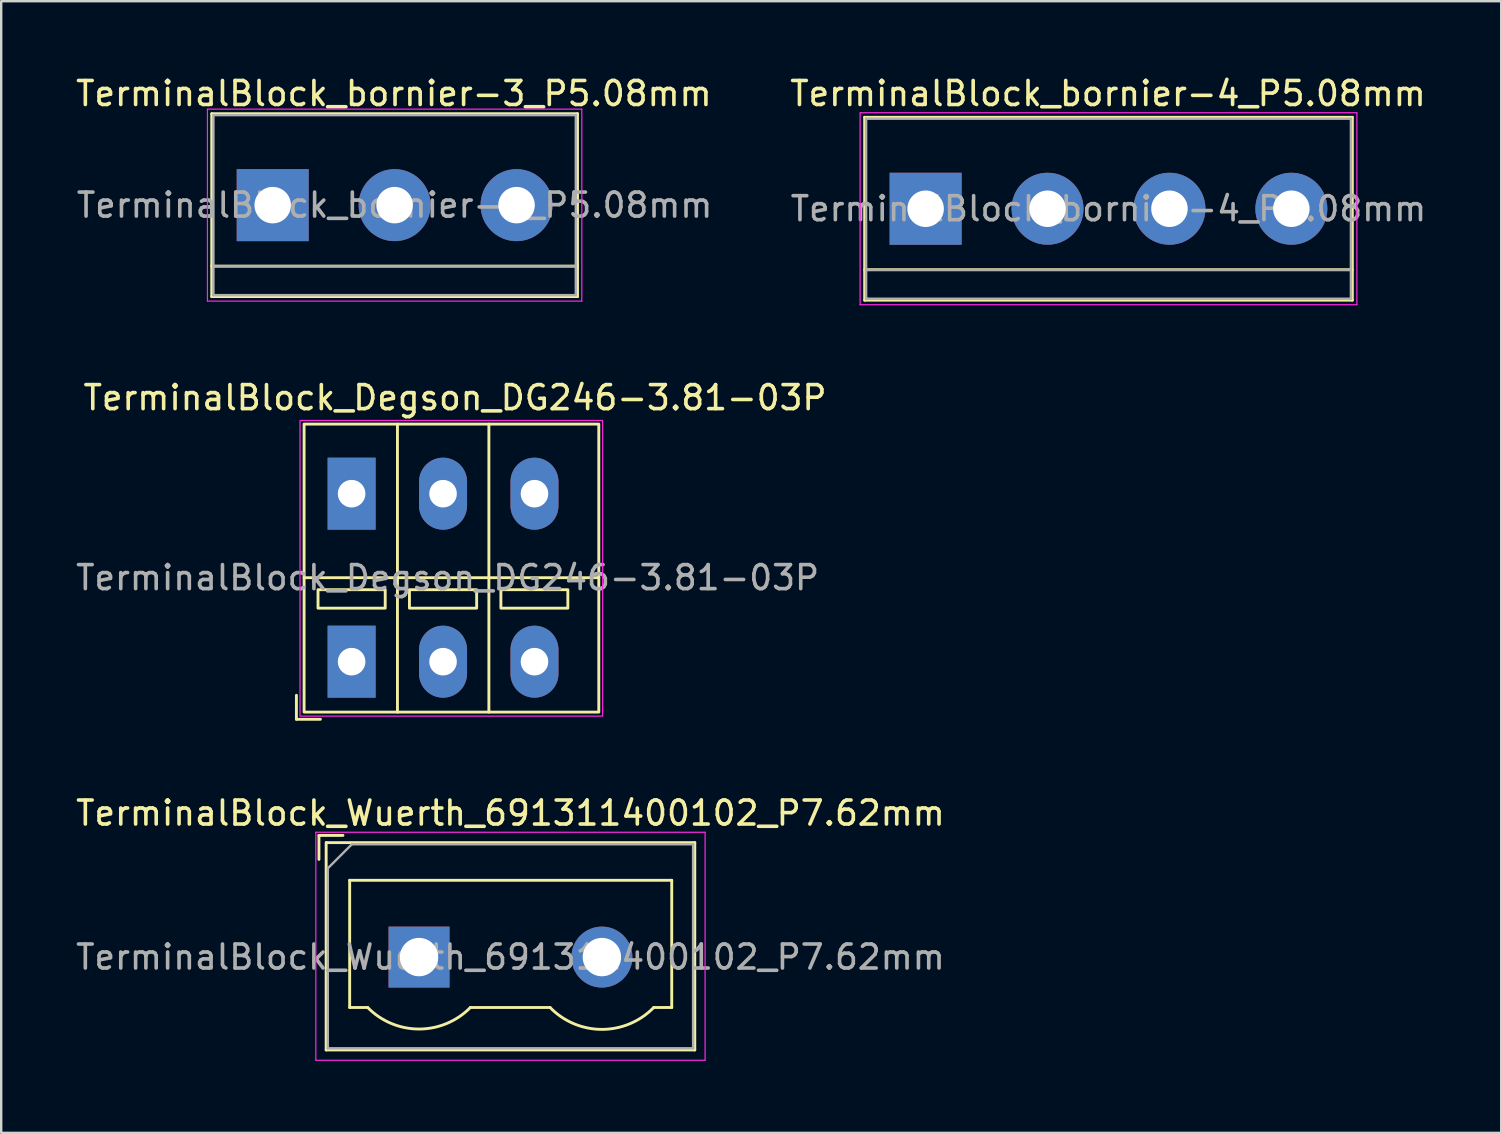
<source format=kicad_pcb>
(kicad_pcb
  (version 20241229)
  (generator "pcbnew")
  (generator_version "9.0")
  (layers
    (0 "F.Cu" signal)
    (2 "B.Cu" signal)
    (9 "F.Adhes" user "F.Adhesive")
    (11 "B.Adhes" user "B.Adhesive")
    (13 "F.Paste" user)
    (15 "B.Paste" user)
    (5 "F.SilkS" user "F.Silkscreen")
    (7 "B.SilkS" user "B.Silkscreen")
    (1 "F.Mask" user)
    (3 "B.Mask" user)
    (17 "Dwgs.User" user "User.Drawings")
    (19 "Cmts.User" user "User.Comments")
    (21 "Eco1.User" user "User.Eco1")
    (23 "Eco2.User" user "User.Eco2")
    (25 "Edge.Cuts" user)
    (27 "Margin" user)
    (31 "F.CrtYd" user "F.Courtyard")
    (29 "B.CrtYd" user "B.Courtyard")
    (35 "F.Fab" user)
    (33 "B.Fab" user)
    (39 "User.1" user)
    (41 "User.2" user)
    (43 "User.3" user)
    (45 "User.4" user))
  (footprint "TerminalBlock_Degson_DG246-3.81-03P"
    (layer "F.Cu")
    (at 11.601 17.521)
    (property "Reference" "TerminalBlock_Degson_DG246-3.81-03P" (at 4.31 -4 0) (layer "F.SilkS") (effects (font (size 1 1) (thickness 0.15))))
    (attr through_hole)
    (fp_line (start -2.3 8.4) (end -2.3 9.4) (stroke (width 0.12) (type solid)) (layer "F.SilkS"))
    (fp_line (start -2.3 9.4) (end -1.3 9.4) (stroke (width 0.12) (type solid)) (layer "F.SilkS"))
    (fp_line (start -1.98 3.5) (end 10.3 3.5) (stroke (width 0.12) (type default)) (layer "F.SilkS"))
    (fp_line (start 1.91 -2.9) (end 1.91 9.1) (stroke (width 0.12) (type solid)) (layer "F.SilkS"))
    (fp_line (start 5.72 -2.9) (end 5.72 9.1) (stroke (width 0.12) (type solid)) (layer "F.SilkS"))
    (fp_rect (start -1.98 -2.9) (end 10.3 9.1) (stroke (width 0.12) (type default)) (fill no) (layer "F.SilkS"))
    (fp_rect (start -1.4 4) (end 1.4 4.77) (stroke (width 0.12) (type default)) (fill no) (layer "F.SilkS"))
    (fp_rect (start 2.41 4) (end 5.21 4.77) (stroke (width 0.12) (type default)) (fill no) (layer "F.SilkS"))
    (fp_rect (start 6.22 4) (end 9.01 4.77) (stroke (width 0.12) (type default)) (fill no) (layer "F.SilkS"))
    (fp_rect (start -2.15 -3.05) (end 10.46 9.27) (stroke (width 0.05) (type default)) (fill no) (layer "F.CrtYd"))
    (fp_text user "${REFERENCE}" (at 4 3.5 0) (layer "F.Fab") (effects (font (size 1 1) (thickness 0.15))))
    (pad "1" thru_hole rect (at 0 0) (size 2 3) (drill 1.15) (layers "*.Cu" "*.Mask"))
    (pad "1" thru_hole rect (at 0 7) (size 2 3) (drill 1.15) (layers "*.Cu" "*.Mask"))
    (pad "2" thru_hole oval (at 3.81 0) (size 2 3) (drill 1.15) (layers "*.Cu" "*.Mask"))
    (pad "2" thru_hole oval (at 3.81 7) (size 2 3) (drill 1.15) (layers "*.Cu" "*.Mask"))
    (pad "3" thru_hole oval (at 7.62 0) (size 2 3) (drill 1.15) (layers "*.Cu" "*.Mask"))
    (pad "3" thru_hole oval (at 7.62 7) (size 2 3) (drill 1.15) (layers "*.Cu" "*.Mask")))
  (footprint "TerminalBlock_bornier-4_P5.08mm"
    (layer "F.Cu")
    (at 35.519 5.648)
    (property "Reference" "TerminalBlock_bornier-4_P5.08mm" (at 7.6 -4.8 0) (layer "F.SilkS") (effects (font (size 1 1) (thickness 0.15))))
    (attr through_hole)
    (fp_line (start -2.54 -3.81) (end -2.54 3.81) (stroke (width 0.12) (type solid)) (layer "F.SilkS"))
    (fp_line (start -2.54 -3.81) (end 17.78 -3.81) (stroke (width 0.12) (type solid)) (layer "F.SilkS"))
    (fp_line (start -2.54 3.81) (end 17.78 3.81) (stroke (width 0.12) (type solid)) (layer "F.SilkS"))
    (fp_line (start 17.78 2.54) (end -2.54 2.54) (stroke (width 0.12) (type solid)) (layer "F.SilkS"))
    (fp_line (start 17.78 3.81) (end 17.78 -3.81) (stroke (width 0.12) (type solid)) (layer "F.SilkS"))
    (fp_line (start -2.73 -4) (end -2.73 4) (stroke (width 0.05) (type solid)) (layer "F.CrtYd"))
    (fp_line (start -2.73 -4) (end 17.97 -4) (stroke (width 0.05) (type solid)) (layer "F.CrtYd"))
    (fp_line (start 17.97 4) (end -2.73 4) (stroke (width 0.05) (type solid)) (layer "F.CrtYd"))
    (fp_line (start 17.97 4) (end 17.97 -4) (stroke (width 0.05) (type solid)) (layer "F.CrtYd"))
    (fp_line (start -2.48 -3.75) (end 17.72 -3.75) (stroke (width 0.1) (type solid)) (layer "F.Fab"))
    (fp_line (start -2.48 2.55) (end 17.72 2.55) (stroke (width 0.1) (type solid)) (layer "F.Fab"))
    (fp_line (start -2.48 3.75) (end -2.48 -3.75) (stroke (width 0.1) (type solid)) (layer "F.Fab"))
    (fp_line (start -2.43 3.75) (end -2.48 3.75) (stroke (width 0.1) (type solid)) (layer "F.Fab"))
    (fp_line (start 17.72 -3.75) (end 17.72 3.75) (stroke (width 0.1) (type solid)) (layer "F.Fab"))
    (fp_line (start 17.72 3.75) (end -2.43 3.75) (stroke (width 0.1) (type solid)) (layer "F.Fab"))
    (fp_text user "${REFERENCE}" (at 7.62 0 0) (layer "F.Fab") (effects (font (size 1 1) (thickness 0.15))))
    (pad "1" thru_hole rect (at 0 0) (size 3 3) (drill 1.52) (layers "*.Cu" "*.Mask"))
    (pad "2" thru_hole circle (at 5.08 0) (size 3 3) (drill 1.52) (layers "*.Cu" "*.Mask"))
    (pad "3" thru_hole circle (at 10.16 0) (size 3 3) (drill 1.52) (layers "*.Cu" "*.Mask"))
    (pad "4" thru_hole circle (at 15.24 0) (size 3 3) (drill 1.52) (layers "*.Cu" "*.Mask")))
  (footprint "TerminalBlock_bornier-3_P5.08mm"
    (layer "F.Cu")
    (at 8.313 5.498)
    (property "Reference" "TerminalBlock_bornier-3_P5.08mm" (at 5.05 -4.65 0) (layer "F.SilkS") (effects (font (size 1 1) (thickness 0.15))))
    (attr through_hole)
    (fp_line (start -2.54 -3.81) (end 12.7 -3.81) (stroke (width 0.12) (type solid)) (layer "F.SilkS"))
    (fp_line (start -2.54 2.54) (end 12.7 2.54) (stroke (width 0.12) (type solid)) (layer "F.SilkS"))
    (fp_line (start -2.54 3.81) (end -2.54 -3.81) (stroke (width 0.12) (type solid)) (layer "F.SilkS"))
    (fp_line (start -2.54 3.81) (end 12.7 3.81) (stroke (width 0.12) (type solid)) (layer "F.SilkS"))
    (fp_line (start 12.7 3.81) (end 12.7 -3.81) (stroke (width 0.12) (type solid)) (layer "F.SilkS"))
    (fp_line (start -2.72 -4) (end -2.72 4) (stroke (width 0.05) (type solid)) (layer "F.CrtYd"))
    (fp_line (start -2.72 -4) (end 12.88 -4) (stroke (width 0.05) (type solid)) (layer "F.CrtYd"))
    (fp_line (start 12.88 4) (end -2.72 4) (stroke (width 0.05) (type solid)) (layer "F.CrtYd"))
    (fp_line (start 12.88 4) (end 12.88 -4) (stroke (width 0.05) (type solid)) (layer "F.CrtYd"))
    (fp_line (start -2.47 -3.75) (end 12.63 -3.75) (stroke (width 0.1) (type solid)) (layer "F.Fab"))
    (fp_line (start -2.47 2.55) (end 12.63 2.55) (stroke (width 0.1) (type solid)) (layer "F.Fab"))
    (fp_line (start -2.47 3.75) (end -2.47 -3.75) (stroke (width 0.1) (type solid)) (layer "F.Fab"))
    (fp_line (start 12.63 -3.75) (end 12.63 3.75) (stroke (width 0.1) (type solid)) (layer "F.Fab"))
    (fp_line (start 12.63 3.75) (end -2.47 3.75) (stroke (width 0.1) (type solid)) (layer "F.Fab"))
    (fp_text user "${REFERENCE}" (at 5.08 0 0) (layer "F.Fab") (effects (font (size 1 1) (thickness 0.15))))
    (pad "1" thru_hole rect (at 0 0) (size 3 3) (drill 1.52) (layers "*.Cu" "*.Mask"))
    (pad "2" thru_hole circle (at 5.08 0) (size 3 3) (drill 1.52) (layers "*.Cu" "*.Mask"))
    (pad "3" thru_hole circle (at 10.16 0) (size 3 3) (drill 1.52) (layers "*.Cu" "*.Mask")))
  (footprint "TerminalBlock_Wuerth_691311400102_P7.62mm"
    (layer "F.Cu")
    (at 14.41 36.83)
    (property "Reference" "TerminalBlock_Wuerth_691311400102_P7.62mm" (at 3.81 -6 0) (layer "F.SilkS") (effects (font (size 1 1) (thickness 0.15))))
    (attr through_hole)
    (fp_line (start -4.17 -5.07) (end -4.17 -4.07) (stroke (width 0.12) (type solid)) (layer "F.SilkS"))
    (fp_line (start -4.17 -5.07) (end -3.17 -5.07) (stroke (width 0.12) (type solid)) (layer "F.SilkS"))
    (fp_line (start -3.87 3.87) (end -3.87 -4.77) (stroke (width 0.12) (type solid)) (layer "F.SilkS"))
    (fp_line (start -3.86 -4.77) (end 11.49 -4.77) (stroke (width 0.12) (type solid)) (layer "F.SilkS"))
    (fp_line (start -2.89 -3.2) (end -2.89 2.1) (stroke (width 0.12) (type solid)) (layer "F.SilkS"))
    (fp_line (start -2.89 2.1) (end -2.14 2.1) (stroke (width 0.12) (type solid)) (layer "F.SilkS"))
    (fp_line (start 2.14 2.1) (end 5.46 2.1) (stroke (width 0.12) (type solid)) (layer "F.SilkS"))
    (fp_line (start 9.78 2.1) (end 10.53 2.1) (stroke (width 0.12) (type solid)) (layer "F.SilkS"))
    (fp_line (start 10.53 -3.2) (end -2.89 -3.2) (stroke (width 0.12) (type solid)) (layer "F.SilkS"))
    (fp_line (start 10.53 2.1) (end 10.53 -3.2) (stroke (width 0.12) (type solid)) (layer "F.SilkS"))
    (fp_line (start 11.49 -4.77) (end 11.49 3.87) (stroke (width 0.12) (type solid)) (layer "F.SilkS"))
    (fp_line (start 11.49 3.87) (end -3.87 3.87) (stroke (width 0.12) (type solid)) (layer "F.SilkS"))
    (fp_arc (start 2.140696 2.099291) (mid 0.000497 2.998266) (end -2.14 2.1) (stroke (width 0.12) (type solid)) (layer "F.SilkS"))
    (fp_arc (start 9.779492 2.100522) (mid 7.619636 3.012573) (end 5.46 2.1) (stroke (width 0.12) (type solid)) (layer "F.SilkS"))
    (fp_line (start -4.3 -5.2) (end 11.92 -5.2) (stroke (width 0.05) (type solid)) (layer "F.CrtYd"))
    (fp_line (start -4.3 4.3) (end -4.3 -5.2) (stroke (width 0.05) (type solid)) (layer "F.CrtYd"))
    (fp_line (start 11.92 -5.2) (end 11.92 4.3) (stroke (width 0.05) (type solid)) (layer "F.CrtYd"))
    (fp_line (start 11.92 4.3) (end -4.3 4.3) (stroke (width 0.05) (type solid)) (layer "F.CrtYd"))
    (fp_line (start -3.8 -3.7) (end -2.8 -4.7) (stroke (width 0.1) (type solid)) (layer "F.Fab"))
    (fp_line (start -3.8 3.8) (end -3.8 -3.7) (stroke (width 0.1) (type solid)) (layer "F.Fab"))
    (fp_line (start -2.8 -4.7) (end 11.42 -4.7) (stroke (width 0.1) (type solid)) (layer "F.Fab"))
    (fp_line (start 11.42 -4.7) (end 11.42 3.8) (stroke (width 0.1) (type solid)) (layer "F.Fab"))
    (fp_line (start 11.42 3.8) (end -3.8 3.8) (stroke (width 0.1) (type solid)) (layer "F.Fab"))
    (fp_text user "${REFERENCE}" (at 3.81 0 0) (layer "F.Fab") (effects (font (size 1 1) (thickness 0.15))))
    (pad "1" thru_hole rect (at 0 0) (size 2.54 2.54) (drill 1.6) (layers "*.Cu" "*.Mask"))
    (pad "2" thru_hole circle (at 7.62 0) (size 2.54 2.54) (drill 1.6) (layers "*.Cu" "*.Mask")))
  (gr_rect
    (start -3 -3)
    (end 59.502 44.155)
    (stroke (width 0.1) (type default))
    (fill no)
    (layer "Edge.Cuts")))
</source>
